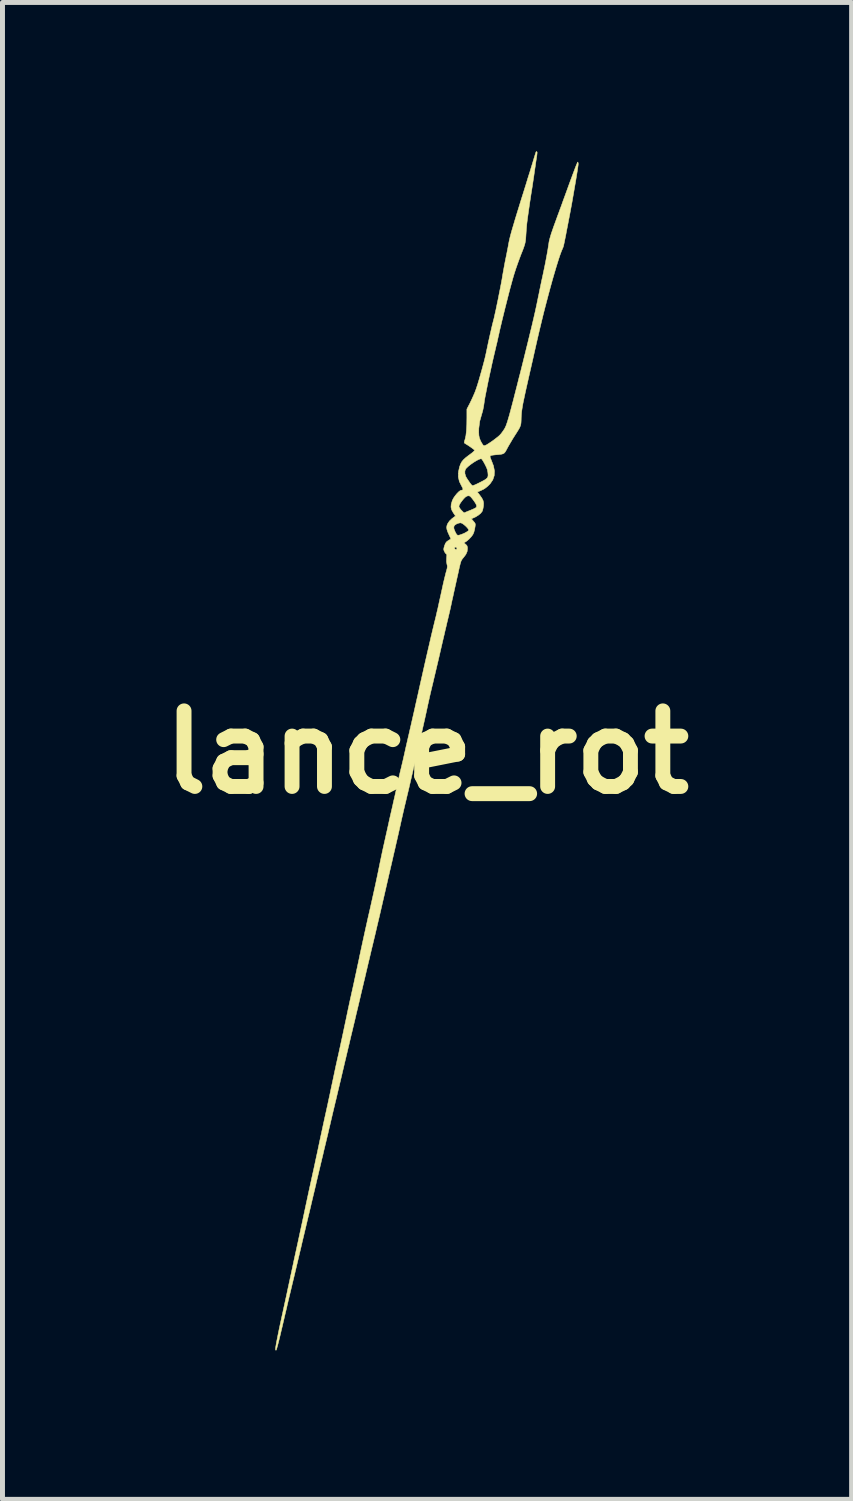
<source format=kicad_pcb>
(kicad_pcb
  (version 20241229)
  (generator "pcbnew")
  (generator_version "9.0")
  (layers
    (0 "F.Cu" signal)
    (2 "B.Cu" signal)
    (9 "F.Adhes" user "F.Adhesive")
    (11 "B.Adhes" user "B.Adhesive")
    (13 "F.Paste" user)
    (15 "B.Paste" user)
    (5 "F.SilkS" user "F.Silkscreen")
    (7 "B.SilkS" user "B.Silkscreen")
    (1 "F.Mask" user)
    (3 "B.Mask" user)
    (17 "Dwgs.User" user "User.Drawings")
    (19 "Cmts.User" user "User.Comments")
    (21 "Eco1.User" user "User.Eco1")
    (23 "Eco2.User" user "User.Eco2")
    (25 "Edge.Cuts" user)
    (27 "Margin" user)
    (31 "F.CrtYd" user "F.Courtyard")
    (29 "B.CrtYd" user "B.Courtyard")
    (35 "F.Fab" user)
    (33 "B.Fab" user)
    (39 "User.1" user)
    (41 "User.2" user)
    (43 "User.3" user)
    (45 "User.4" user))
  (footprint "lance_rot"
    (layer "F.Cu")
    (at 5.559 12.115)
    (property "Reference" "lance_rot" (at 0 0 0) (layer "F.SilkS") (effects (font (size 1.524 1.524) (thickness 0.3))))
    (attr through_hole)
    (fp_poly (pts (xy 2.219 -12.094) (xy 2.219 -12.088) (xy 2.217 -12.063) (xy 2.212 -12.022) (xy 2.205 -11.978) (xy 2.2 -11.943) (xy 2.195 -11.909) (xy 2.189 -11.871) (xy 2.183 -11.824) (xy 2.174 -11.764) (xy 2.163 -11.688) (xy 2.149 -11.589) (xy 2.147 -11.577) (xy 2.135 -11.498) (xy 2.122 -11.41) (xy 2.109 -11.328) (xy 2.105 -11.303) (xy 2.094 -11.235) (xy 2.084 -11.167) (xy 2.075 -11.109) (xy 2.072 -11.089) (xy 2.064 -11.033) (xy 2.054 -10.966) (xy 2.046 -10.909) (xy 2.027 -10.776) (xy 2.012 -10.659) (xy 2.002 -10.547) (xy 1.994 -10.429) (xy 1.994 -10.427) (xy 1.99 -10.366) (xy 1.985 -10.317) (xy 1.978 -10.275) (xy 1.968 -10.233) (xy 1.952 -10.185) (xy 1.93 -10.125) (xy 1.899 -10.048) (xy 1.864 -9.956) (xy 1.826 -9.851) (xy 1.789 -9.745) (xy 1.758 -9.649) (xy 1.751 -9.626) (xy 1.73 -9.555) (xy 1.704 -9.461) (xy 1.674 -9.351) (xy 1.642 -9.228) (xy 1.609 -9.098) (xy 1.575 -8.964) (xy 1.542 -8.83) (xy 1.511 -8.703) (xy 1.483 -8.585) (xy 1.459 -8.483) (xy 1.449 -8.435) (xy 1.431 -8.356) (xy 1.412 -8.269) (xy 1.392 -8.188) (xy 1.383 -8.148) (xy 1.359 -8.047) (xy 1.333 -7.936) (xy 1.306 -7.817) (xy 1.28 -7.695) (xy 1.253 -7.573) (xy 1.228 -7.455) (xy 1.206 -7.344) (xy 1.186 -7.243) (xy 1.169 -7.158) (xy 1.157 -7.09) (xy 1.151 -7.044) (xy 1.15 -7.038) (xy 1.14 -6.969) (xy 1.125 -6.896) (xy 1.108 -6.833) (xy 1.105 -6.825) (xy 1.062 -6.673) (xy 1.043 -6.526) (xy 1.042 -6.452) (xy 1.045 -6.389) (xy 1.054 -6.341) (xy 1.071 -6.296) (xy 1.084 -6.267) (xy 1.107 -6.226) (xy 1.129 -6.194) (xy 1.143 -6.181) (xy 1.163 -6.182) (xy 1.195 -6.195) (xy 1.242 -6.224) (xy 1.306 -6.267) (xy 1.357 -6.304) (xy 1.415 -6.349) (xy 1.459 -6.386) (xy 1.494 -6.424) (xy 1.527 -6.469) (xy 1.555 -6.51) (xy 1.567 -6.53) (xy 1.579 -6.554) (xy 1.592 -6.583) (xy 1.605 -6.62) (xy 1.621 -6.666) (xy 1.638 -6.724) (xy 1.659 -6.795) (xy 1.682 -6.881) (xy 1.709 -6.983) (xy 1.741 -7.104) (xy 1.777 -7.246) (xy 1.819 -7.409) (xy 1.866 -7.597) (xy 1.871 -7.613) (xy 1.932 -7.856) (xy 1.986 -8.075) (xy 2.035 -8.273) (xy 2.078 -8.45) (xy 2.117 -8.611) (xy 2.151 -8.756) (xy 2.181 -8.887) (xy 2.207 -9.007) (xy 2.23 -9.119) (xy 2.251 -9.222) (xy 2.252 -9.224) (xy 2.268 -9.305) (xy 2.288 -9.4) (xy 2.308 -9.497) (xy 2.326 -9.578) (xy 2.356 -9.72) (xy 2.385 -9.86) (xy 2.41 -9.993) (xy 2.432 -10.114) (xy 2.448 -10.216) (xy 2.453 -10.247) (xy 2.458 -10.283) (xy 2.465 -10.319) (xy 2.475 -10.357) (xy 2.488 -10.402) (xy 2.504 -10.456) (xy 2.527 -10.522) (xy 2.555 -10.603) (xy 2.591 -10.701) (xy 2.634 -10.82) (xy 2.66 -10.889) (xy 2.68 -10.945) (xy 2.709 -11.022) (xy 2.742 -11.115) (xy 2.78 -11.218) (xy 2.82 -11.328) (xy 2.86 -11.439) (xy 2.875 -11.48) (xy 2.912 -11.58) (xy 2.946 -11.671) (xy 2.976 -11.751) (xy 3.001 -11.816) (xy 3.021 -11.864) (xy 3.033 -11.892) (xy 3.037 -11.898) (xy 3.045 -11.886) (xy 3.048 -11.863) (xy 3.046 -11.837) (xy 3.039 -11.787) (xy 3.029 -11.718) (xy 3.015 -11.632) (xy 2.999 -11.533) (xy 2.98 -11.424) (xy 2.96 -11.307) (xy 2.939 -11.186) (xy 2.918 -11.065) (xy 2.896 -10.947) (xy 2.875 -10.834) (xy 2.86 -10.757) (xy 2.834 -10.621) (xy 2.812 -10.509) (xy 2.795 -10.417) (xy 2.78 -10.345) (xy 2.769 -10.289) (xy 2.76 -10.247) (xy 2.753 -10.216) (xy 2.747 -10.194) (xy 2.742 -10.178) (xy 2.737 -10.167) (xy 2.734 -10.16) (xy 2.711 -10.106) (xy 2.682 -10.028) (xy 2.649 -9.929) (xy 2.612 -9.811) (xy 2.572 -9.677) (xy 2.529 -9.529) (xy 2.485 -9.37) (xy 2.44 -9.202) (xy 2.394 -9.027) (xy 2.348 -8.849) (xy 2.304 -8.668) (xy 2.261 -8.489) (xy 2.22 -8.313) (xy 2.207 -8.255) (xy 2.185 -8.159) (xy 2.16 -8.048) (xy 2.134 -7.931) (xy 2.108 -7.818) (xy 2.092 -7.747) (xy 2.053 -7.577) (xy 2.02 -7.431) (xy 1.992 -7.306) (xy 1.969 -7.2) (xy 1.95 -7.11) (xy 1.934 -7.035) (xy 1.923 -6.971) (xy 1.914 -6.916) (xy 1.907 -6.868) (xy 1.903 -6.824) (xy 1.9 -6.783) (xy 1.898 -6.741) (xy 1.897 -6.698) (xy 1.895 -6.653) (xy 1.891 -6.616) (xy 1.882 -6.582) (xy 1.867 -6.545) (xy 1.842 -6.501) (xy 1.806 -6.443) (xy 1.772 -6.39) (xy 1.729 -6.322) (xy 1.683 -6.244) (xy 1.64 -6.171) (xy 1.623 -6.14) (xy 1.596 -6.089) (xy 1.575 -6.054) (xy 1.554 -6.03) (xy 1.528 -6.016) (xy 1.492 -6.007) (xy 1.439 -6.001) (xy 1.377 -5.996) (xy 1.319 -5.989) (xy 1.284 -5.981) (xy 1.27 -5.966) (xy 1.273 -5.941) (xy 1.29 -5.9) (xy 1.295 -5.888) (xy 1.339 -5.774) (xy 1.359 -5.671) (xy 1.354 -5.577) (xy 1.325 -5.491) (xy 1.271 -5.412) (xy 1.227 -5.368) (xy 1.184 -5.332) (xy 1.142 -5.304) (xy 1.091 -5.279) (xy 1.045 -5.259) (xy 1.014 -5.247) (xy 1.063 -5.183) (xy 1.105 -5.123) (xy 1.13 -5.073) (xy 1.14 -5.024) (xy 1.138 -4.969) (xy 1.136 -4.958) (xy 1.128 -4.911) (xy 1.118 -4.872) (xy 1.111 -4.856) (xy 1.08 -4.816) (xy 1.03 -4.776) (xy 0.97 -4.74) (xy 0.954 -4.733) (xy 0.893 -4.706) (xy 0.934 -4.659) (xy 0.956 -4.633) (xy 0.969 -4.613) (xy 0.973 -4.591) (xy 0.97 -4.559) (xy 0.962 -4.51) (xy 0.958 -4.49) (xy 0.943 -4.432) (xy 0.923 -4.388) (xy 0.891 -4.345) (xy 0.884 -4.337) (xy 0.847 -4.298) (xy 0.808 -4.264) (xy 0.785 -4.247) (xy 0.743 -4.221) (xy 0.779 -4.192) (xy 0.804 -4.166) (xy 0.814 -4.134) (xy 0.815 -4.106) (xy 0.808 -4.046) (xy 0.782 -3.988) (xy 0.736 -3.927) (xy 0.729 -3.919) (xy 0.704 -3.887) (xy 0.685 -3.851) (xy 0.67 -3.803) (xy 0.657 -3.749) (xy 0.644 -3.693) (xy 0.628 -3.618) (xy 0.609 -3.534) (xy 0.59 -3.449) (xy 0.583 -3.416) (xy 0.563 -3.327) (xy 0.542 -3.232) (xy 0.522 -3.14) (xy 0.504 -3.061) (xy 0.5 -3.041) (xy 0.483 -2.961) (xy 0.464 -2.874) (xy 0.445 -2.793) (xy 0.434 -2.747) (xy 0.424 -2.704) (xy 0.413 -2.658) (xy 0.4 -2.605) (xy 0.386 -2.543) (xy 0.368 -2.469) (xy 0.348 -2.38) (xy 0.323 -2.275) (xy 0.294 -2.15) (xy 0.26 -2.002) (xy 0.247 -1.945) (xy 0.224 -1.847) (xy 0.197 -1.733) (xy 0.169 -1.613) (xy 0.141 -1.496) (xy 0.121 -1.41) (xy 0.098 -1.315) (xy 0.075 -1.218) (xy 0.053 -1.124) (xy 0.035 -1.042) (xy 0.021 -0.979) (xy 0.02 -0.976) (xy 0.003 -0.896) (xy -0.019 -0.794) (xy -0.046 -0.672) (xy -0.077 -0.534) (xy -0.111 -0.384) (xy -0.147 -0.225) (xy -0.185 -0.06) (xy -0.223 0.108) (xy -0.262 0.274) (xy -0.299 0.436) (xy -0.335 0.59) (xy -0.368 0.734) (xy -0.399 0.862) (xy -0.425 0.973) (xy -0.427 0.983) (xy -0.449 1.073) (xy -0.474 1.18) (xy -0.5 1.294) (xy -0.525 1.404) (xy -0.541 1.477) (xy -0.563 1.576) (xy -0.587 1.682) (xy -0.611 1.787) (xy -0.633 1.882) (xy -0.647 1.945) (xy -0.675 2.064) (xy -0.707 2.206) (xy -0.745 2.369) (xy -0.787 2.551) (xy -0.832 2.748) (xy -0.869 2.908) (xy -0.917 3.117) (xy -0.962 3.312) (xy -1.004 3.488) (xy -1.04 3.644) (xy -1.072 3.777) (xy -1.075 3.79) (xy -1.093 3.866) (xy -1.116 3.96) (xy -1.14 4.062) (xy -1.164 4.165) (xy -1.182 4.238) (xy -1.196 4.298) (xy -1.21 4.358) (xy -1.225 4.42) (xy -1.24 4.486) (xy -1.257 4.559) (xy -1.277 4.641) (xy -1.299 4.735) (xy -1.325 4.843) (xy -1.354 4.968) (xy -1.388 5.112) (xy -1.428 5.278) (xy -1.458 5.408) (xy -1.482 5.507) (xy -1.507 5.612) (xy -1.532 5.715) (xy -1.554 5.809) (xy -1.571 5.882) (xy -1.588 5.952) (xy -1.609 6.041) (xy -1.633 6.142) (xy -1.659 6.251) (xy -1.684 6.359) (xy -1.698 6.417) (xy -1.724 6.529) (xy -1.753 6.651) (xy -1.783 6.776) (xy -1.811 6.894) (xy -1.835 6.997) (xy -1.844 7.032) (xy -1.869 7.138) (xy -1.898 7.259) (xy -1.927 7.383) (xy -1.954 7.5) (xy -1.972 7.573) (xy -1.996 7.679) (xy -2.025 7.8) (xy -2.055 7.925) (xy -2.083 8.041) (xy -2.098 8.108) (xy -2.121 8.203) (xy -2.148 8.316) (xy -2.177 8.438) (xy -2.206 8.56) (xy -2.233 8.674) (xy -2.239 8.703) (xy -2.265 8.813) (xy -2.294 8.934) (xy -2.323 9.057) (xy -2.35 9.173) (xy -2.374 9.274) (xy -2.38 9.298) (xy -2.403 9.394) (xy -2.43 9.508) (xy -2.459 9.63) (xy -2.488 9.752) (xy -2.515 9.865) (xy -2.52 9.886) (xy -2.542 9.983) (xy -2.57 10.098) (xy -2.6 10.227) (xy -2.632 10.362) (xy -2.664 10.497) (xy -2.694 10.624) (xy -2.702 10.655) (xy -2.728 10.764) (xy -2.753 10.869) (xy -2.776 10.964) (xy -2.796 11.048) (xy -2.812 11.116) (xy -2.823 11.163) (xy -2.827 11.183) (xy -2.864 11.338) (xy -2.894 11.469) (xy -2.92 11.58) (xy -2.942 11.671) (xy -2.959 11.745) (xy -2.974 11.806) (xy -2.986 11.855) (xy -2.996 11.894) (xy -3.004 11.926) (xy -3.011 11.951) (xy -3.026 12.007) (xy -3.036 12.041) (xy -3.044 12.055) (xy -3.049 12.054) (xy -3.055 12.042) (xy -3.055 12.022) (xy -3.049 11.978) (xy -3.037 11.909) (xy -3.02 11.819) (xy -2.998 11.709) (xy -2.971 11.579) (xy -2.939 11.431) (xy -2.903 11.267) (xy -2.901 11.256) (xy -2.881 11.165) (xy -2.86 11.069) (xy -2.84 10.978) (xy -2.823 10.899) (xy -2.814 10.855) (xy -2.782 10.707) (xy -2.755 10.581) (xy -2.732 10.475) (xy -2.713 10.385) (xy -2.696 10.307) (xy -2.682 10.239) (xy -2.668 10.176) (xy -2.655 10.116) (xy -2.647 10.08) (xy -2.6 9.865) (xy -2.559 9.674) (xy -2.522 9.503) (xy -2.489 9.349) (xy -2.467 9.244) (xy -2.382 8.847) (xy -2.299 8.469) (xy -2.28 8.384) (xy -2.259 8.285) (xy -2.237 8.182) (xy -2.216 8.086) (xy -2.212 8.068) (xy -2.187 7.949) (xy -2.158 7.811) (xy -2.125 7.659) (xy -2.091 7.5) (xy -2.056 7.34) (xy -2.023 7.192) (xy -2.004 7.105) (xy -1.981 6.997) (xy -1.955 6.877) (xy -1.929 6.751) (xy -1.902 6.626) (xy -1.877 6.508) (xy -1.855 6.404) (xy -1.852 6.39) (xy -1.836 6.314) (xy -1.818 6.234) (xy -1.802 6.161) (xy -1.793 6.123) (xy -1.778 6.056) (xy -1.761 5.978) (xy -1.741 5.887) (xy -1.718 5.78) (xy -1.691 5.655) (xy -1.66 5.508) (xy -1.63 5.367) (xy -1.61 5.271) (xy -1.59 5.175) (xy -1.571 5.087) (xy -1.555 5.012) (xy -1.542 4.954) (xy -1.537 4.933) (xy -1.525 4.877) (xy -1.511 4.815) (xy -1.495 4.744) (xy -1.477 4.661) (xy -1.456 4.564) (xy -1.431 4.449) (xy -1.402 4.313) (xy -1.368 4.155) (xy -1.365 4.138) (xy -1.33 3.974) (xy -1.299 3.831) (xy -1.271 3.703) (xy -1.245 3.584) (xy -1.219 3.468) (xy -1.193 3.35) (xy -1.164 3.224) (xy -1.136 3.101) (xy -1.087 2.881) (xy -1.041 2.673) (xy -0.997 2.466) (xy -0.956 2.266) (xy -0.942 2.198) (xy -0.924 2.112) (xy -0.904 2.017) (xy -0.883 1.92) (xy -0.869 1.858) (xy -0.848 1.764) (xy -0.826 1.665) (xy -0.804 1.568) (xy -0.785 1.482) (xy -0.775 1.437) (xy -0.76 1.367) (xy -0.74 1.278) (xy -0.717 1.179) (xy -0.694 1.079) (xy -0.676 0.996) (xy -0.654 0.902) (xy -0.632 0.803) (xy -0.611 0.709) (xy -0.593 0.626) (xy -0.58 0.568) (xy -0.565 0.497) (xy -0.549 0.428) (xy -0.535 0.37) (xy -0.526 0.334) (xy -0.516 0.292) (xy -0.502 0.232) (xy -0.485 0.162) (xy -0.469 0.089) (xy -0.468 0.087) (xy -0.454 0.025) (xy -0.436 -0.058) (xy -0.414 -0.154) (xy -0.39 -0.259) (xy -0.365 -0.366) (xy -0.348 -0.441) (xy -0.32 -0.562) (xy -0.289 -0.699) (xy -0.256 -0.843) (xy -0.225 -0.983) (xy -0.196 -1.111) (xy -0.187 -1.15) (xy -0.136 -1.38) (xy -0.086 -1.601) (xy -0.039 -1.81) (xy 0.006 -2.006) (xy 0.048 -2.186) (xy 0.085 -2.348) (xy 0.119 -2.49) (xy 0.148 -2.61) (xy 0.172 -2.707) (xy 0.172 -2.708) (xy 0.181 -2.743) (xy 0.19 -2.783) (xy 0.201 -2.831) (xy 0.215 -2.889) (xy 0.231 -2.962) (xy 0.25 -3.05) (xy 0.274 -3.157) (xy 0.302 -3.285) (xy 0.329 -3.409) (xy 0.346 -3.481) (xy 0.364 -3.554) (xy 0.38 -3.618) (xy 0.39 -3.653) (xy 0.404 -3.705) (xy 0.409 -3.741) (xy 0.406 -3.771) (xy 0.401 -3.79) (xy 0.392 -3.845) (xy 0.394 -3.915) (xy 0.394 -3.918) (xy 0.398 -3.967) (xy 0.395 -3.992) (xy 0.389 -3.997) (xy 0.374 -4.008) (xy 0.356 -4.035) (xy 0.352 -4.044) (xy 0.339 -4.073) (xy 0.336 -4.097) (xy 0.34 -4.118) (xy 0.55 -4.118) (xy 0.56 -4.1) (xy 0.561 -4.099) (xy 0.582 -4.085) (xy 0.598 -4.094) (xy 0.602 -4.111) (xy 0.593 -4.134) (xy 0.571 -4.135) (xy 0.562 -4.131) (xy 0.55 -4.118) (xy 0.34 -4.118) (xy 0.342 -4.128) (xy 0.352 -4.163) (xy 0.371 -4.212) (xy 0.394 -4.243) (xy 0.425 -4.266) (xy 0.456 -4.285) (xy 0.476 -4.297) (xy 0.479 -4.299) (xy 0.476 -4.311) (xy 0.463 -4.341) (xy 0.448 -4.373) (xy 0.417 -4.442) (xy 0.4 -4.494) (xy 0.395 -4.536) (xy 0.397 -4.545) (xy 0.539 -4.545) (xy 0.543 -4.502) (xy 0.567 -4.444) (xy 0.568 -4.441) (xy 0.59 -4.401) (xy 0.607 -4.381) (xy 0.623 -4.374) (xy 0.647 -4.377) (xy 0.647 -4.377) (xy 0.683 -4.388) (xy 0.729 -4.406) (xy 0.76 -4.42) (xy 0.799 -4.442) (xy 0.829 -4.463) (xy 0.839 -4.476) (xy 0.834 -4.496) (xy 0.812 -4.525) (xy 0.78 -4.558) (xy 0.743 -4.59) (xy 0.708 -4.614) (xy 0.679 -4.625) (xy 0.675 -4.625) (xy 0.641 -4.62) (xy 0.601 -4.606) (xy 0.595 -4.603) (xy 0.556 -4.577) (xy 0.539 -4.545) (xy 0.397 -4.545) (xy 0.402 -4.575) (xy 0.415 -4.607) (xy 0.451 -4.661) (xy 0.502 -4.71) (xy 0.509 -4.715) (xy 0.573 -4.763) (xy 0.527 -4.831) (xy 0.496 -4.887) (xy 0.483 -4.941) (xy 0.484 -4.959) (xy 0.642 -4.959) (xy 0.651 -4.933) (xy 0.674 -4.899) (xy 0.693 -4.878) (xy 0.745 -4.826) (xy 0.83 -4.861) (xy 0.882 -4.882) (xy 0.929 -4.902) (xy 0.959 -4.916) (xy 0.988 -4.933) (xy 1 -4.955) (xy 0.995 -4.985) (xy 0.973 -5.027) (xy 0.935 -5.082) (xy 0.898 -5.129) (xy 0.871 -5.158) (xy 0.848 -5.17) (xy 0.824 -5.17) (xy 0.798 -5.161) (xy 0.771 -5.143) (xy 0.738 -5.11) (xy 0.703 -5.067) (xy 0.672 -5.024) (xy 0.65 -4.985) (xy 0.642 -4.959) (xy 0.484 -4.959) (xy 0.487 -4.999) (xy 0.508 -5.071) (xy 0.51 -5.076) (xy 0.531 -5.119) (xy 0.563 -5.166) (xy 0.599 -5.211) (xy 0.636 -5.249) (xy 0.668 -5.274) (xy 0.686 -5.281) (xy 0.715 -5.286) (xy 0.725 -5.304) (xy 0.714 -5.336) (xy 0.696 -5.368) (xy 0.651 -5.459) (xy 0.63 -5.553) (xy 0.633 -5.654) (xy 0.637 -5.671) (xy 0.763 -5.671) (xy 0.763 -5.618) (xy 0.78 -5.561) (xy 0.803 -5.52) (xy 0.833 -5.476) (xy 0.862 -5.433) (xy 0.873 -5.418) (xy 0.896 -5.39) (xy 0.916 -5.375) (xy 0.919 -5.374) (xy 0.938 -5.38) (xy 0.975 -5.395) (xy 1.022 -5.417) (xy 1.046 -5.429) (xy 1.117 -5.465) (xy 1.167 -5.493) (xy 1.199 -5.516) (xy 1.218 -5.537) (xy 1.227 -5.559) (xy 1.23 -5.585) (xy 1.23 -5.591) (xy 1.226 -5.641) (xy 1.216 -5.693) (xy 1.214 -5.7) (xy 1.2 -5.737) (xy 1.178 -5.783) (xy 1.153 -5.831) (xy 1.128 -5.874) (xy 1.107 -5.905) (xy 1.097 -5.915) (xy 1.075 -5.915) (xy 1.037 -5.901) (xy 0.989 -5.875) (xy 0.935 -5.842) (xy 0.881 -5.804) (xy 0.832 -5.765) (xy 0.792 -5.727) (xy 0.779 -5.711) (xy 0.763 -5.671) (xy 0.637 -5.671) (xy 0.655 -5.753) (xy 0.675 -5.808) (xy 0.699 -5.854) (xy 0.731 -5.894) (xy 0.776 -5.936) (xy 0.839 -5.985) (xy 0.856 -5.997) (xy 0.901 -6.031) (xy 0.936 -6.06) (xy 0.956 -6.081) (xy 0.959 -6.088) (xy 0.946 -6.102) (xy 0.915 -6.126) (xy 0.872 -6.157) (xy 0.821 -6.191) (xy 0.767 -6.224) (xy 0.754 -6.234) (xy 0.75 -6.247) (xy 0.755 -6.272) (xy 0.767 -6.312) (xy 0.783 -6.382) (xy 0.794 -6.479) (xy 0.801 -6.601) (xy 0.803 -6.749) (xy 0.803 -6.771) (xy 0.803 -6.918) (xy 0.862 -7.032) (xy 0.895 -7.1) (xy 0.931 -7.179) (xy 0.963 -7.253) (xy 0.968 -7.266) (xy 0.988 -7.32) (xy 1.013 -7.395) (xy 1.041 -7.486) (xy 1.07 -7.587) (xy 1.1 -7.693) (xy 1.129 -7.799) (xy 1.156 -7.9) (xy 1.178 -7.99) (xy 1.194 -8.064) (xy 1.196 -8.075) (xy 1.214 -8.159) (xy 1.234 -8.255) (xy 1.256 -8.356) (xy 1.279 -8.456) (xy 1.3 -8.549) (xy 1.319 -8.629) (xy 1.335 -8.691) (xy 1.338 -8.702) (xy 1.351 -8.753) (xy 1.367 -8.826) (xy 1.387 -8.915) (xy 1.408 -9.017) (xy 1.431 -9.127) (xy 1.453 -9.239) (xy 1.475 -9.349) (xy 1.495 -9.452) (xy 1.512 -9.544) (xy 1.524 -9.619) (xy 1.539 -9.703) (xy 1.556 -9.797) (xy 1.573 -9.888) (xy 1.585 -9.947) (xy 1.602 -10.029) (xy 1.62 -10.121) (xy 1.637 -10.209) (xy 1.644 -10.251) (xy 1.651 -10.285) (xy 1.658 -10.32) (xy 1.667 -10.358) (xy 1.677 -10.4) (xy 1.69 -10.449) (xy 1.706 -10.507) (xy 1.726 -10.575) (xy 1.75 -10.656) (xy 1.778 -10.751) (xy 1.812 -10.862) (xy 1.852 -10.991) (xy 1.898 -11.141) (xy 1.952 -11.312) (xy 1.999 -11.463) (xy 2.036 -11.585) (xy 2.072 -11.698) (xy 2.104 -11.803) (xy 2.132 -11.894) (xy 2.155 -11.971) (xy 2.173 -12.029) (xy 2.185 -12.068) (xy 2.189 -12.082) (xy 2.199 -12.106) (xy 2.212 -12.11) (xy 2.219 -12.094)) (stroke (width 0.01) (type solid)) (fill yes) (layer "F.SilkS")))
  (gr_rect
    (start -3 -3)
    (end 14.118 27.175)
    (stroke (width 0.1) (type default))
    (fill no)
    (layer "Edge.Cuts")))
</source>
